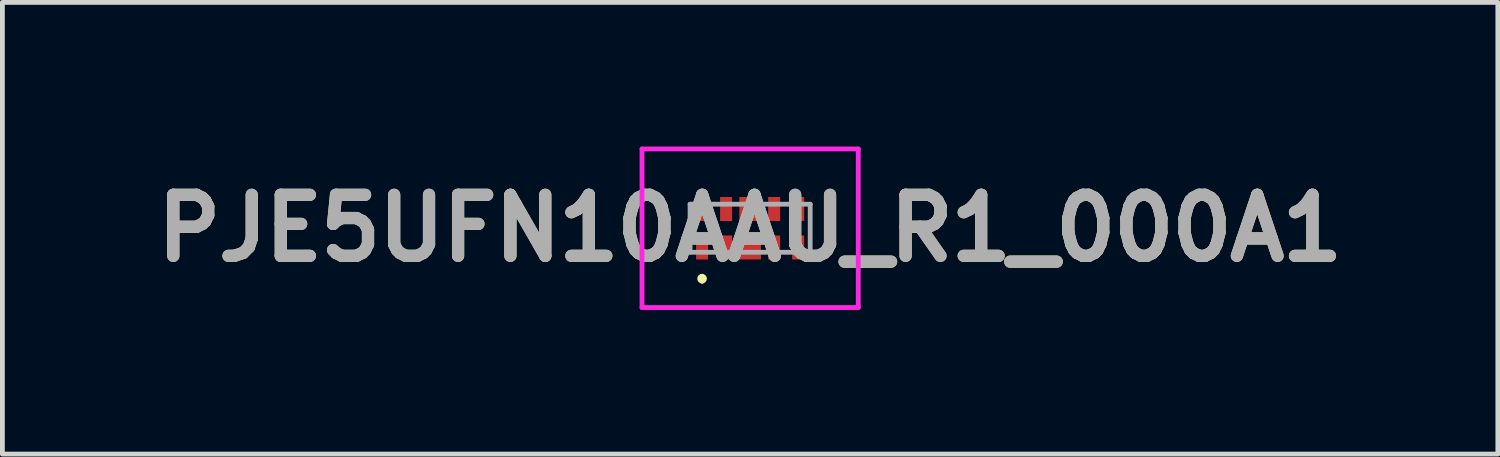
<source format=kicad_pcb>
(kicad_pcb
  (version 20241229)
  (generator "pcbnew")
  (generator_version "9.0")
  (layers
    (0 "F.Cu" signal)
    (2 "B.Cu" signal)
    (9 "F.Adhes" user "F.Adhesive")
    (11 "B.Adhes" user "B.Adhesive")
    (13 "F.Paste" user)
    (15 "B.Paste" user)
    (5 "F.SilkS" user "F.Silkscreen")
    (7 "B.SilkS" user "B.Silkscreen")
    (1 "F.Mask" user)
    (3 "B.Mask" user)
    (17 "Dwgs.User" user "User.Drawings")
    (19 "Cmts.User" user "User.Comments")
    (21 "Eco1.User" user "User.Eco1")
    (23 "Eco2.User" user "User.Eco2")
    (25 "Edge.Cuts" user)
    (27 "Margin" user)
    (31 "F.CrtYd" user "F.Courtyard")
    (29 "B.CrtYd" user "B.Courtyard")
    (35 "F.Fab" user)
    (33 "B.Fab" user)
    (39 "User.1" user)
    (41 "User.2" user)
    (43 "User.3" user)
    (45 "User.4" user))
  (footprint "PJE5UFN10AAU_R1_000A1"
    (layer "F.Cu")
    (at 12.561 1.7)
    (property "Reference" "PJE5UFN10AAU_R1_000A1" (at 0 0 0) (layer "F.SilkS") (effects (font (size 1.27 1.27) (thickness 0.254))))
    (attr smd)
    (fp_line (start -1 1) (end -1 1) (stroke (width 0.1) (type solid)) (layer "F.SilkS"))
    (fp_line (start -1 1.1) (end -1 1.1) (stroke (width 0.1) (type solid)) (layer "F.SilkS"))
    (fp_arc (start -1 1) (mid -0.95 1.05) (end -1 1.1) (stroke (width 0.1) (type solid)) (layer "F.SilkS"))
    (fp_arc (start -1 1.1) (mid -1.05 1.05) (end -1 1) (stroke (width 0.1) (type solid)) (layer "F.SilkS"))
    (fp_line (start -2.25 -1.65) (end 2.25 -1.65) (stroke (width 0.1) (type solid)) (layer "F.CrtYd"))
    (fp_line (start -2.25 1.65) (end -2.25 -1.65) (stroke (width 0.1) (type solid)) (layer "F.CrtYd"))
    (fp_line (start 2.25 -1.65) (end 2.25 1.65) (stroke (width 0.1) (type solid)) (layer "F.CrtYd"))
    (fp_line (start 2.25 1.65) (end -2.25 1.65) (stroke (width 0.1) (type solid)) (layer "F.CrtYd"))
    (fp_line (start -1.25 -0.5) (end -1.25 0.5) (stroke (width 0.1) (type solid)) (layer "F.Fab"))
    (fp_line (start -1.25 0.5) (end 1.25 0.5) (stroke (width 0.1) (type solid)) (layer "F.Fab"))
    (fp_line (start 1.25 -0.5) (end -1.25 -0.5) (stroke (width 0.1) (type solid)) (layer "F.Fab"))
    (fp_line (start 1.25 0.5) (end 1.25 -0.5) (stroke (width 0.1) (type solid)) (layer "F.Fab"))
    (fp_text user "${REFERENCE}" (at 0 0 0) (layer "F.Fab") (effects (font (size 1.27 1.27) (thickness 0.254))))
    (pad "1" smd rect (at -1 0.4) (size 0.25 0.5) (layers "F.Cu" "F.Mask" "F.Paste"))
    (pad "2" smd rect (at -0.5 0.4) (size 0.25 0.5) (layers "F.Cu" "F.Mask" "F.Paste"))
    (pad "3" smd rect (at 0 0.4) (size 0.45 0.5) (layers "F.Cu" "F.Mask" "F.Paste"))
    (pad "4" smd rect (at 0.5 0.4) (size 0.25 0.5) (layers "F.Cu" "F.Mask" "F.Paste"))
    (pad "5" smd rect (at 1 0.4) (size 0.25 0.5) (layers "F.Cu" "F.Mask" "F.Paste"))
    (pad "6" smd rect (at 1 -0.4) (size 0.25 0.5) (layers "F.Cu" "F.Mask" "F.Paste"))
    (pad "7" smd rect (at 0.5 -0.4) (size 0.25 0.5) (layers "F.Cu" "F.Mask" "F.Paste"))
    (pad "8" smd rect (at 0 -0.4) (size 0.45 0.5) (layers "F.Cu" "F.Mask" "F.Paste"))
    (pad "9" smd rect (at -0.5 -0.4) (size 0.25 0.5) (layers "F.Cu" "F.Mask" "F.Paste"))
    (pad "10" smd rect (at -1 -0.4) (size 0.25 0.5) (layers "F.Cu" "F.Mask" "F.Paste")))
  (gr_rect
    (start -3 -3)
    (end 28.122 6.4)
    (stroke (width 0.1) (type default))
    (fill no)
    (layer "Edge.Cuts")))
</source>
